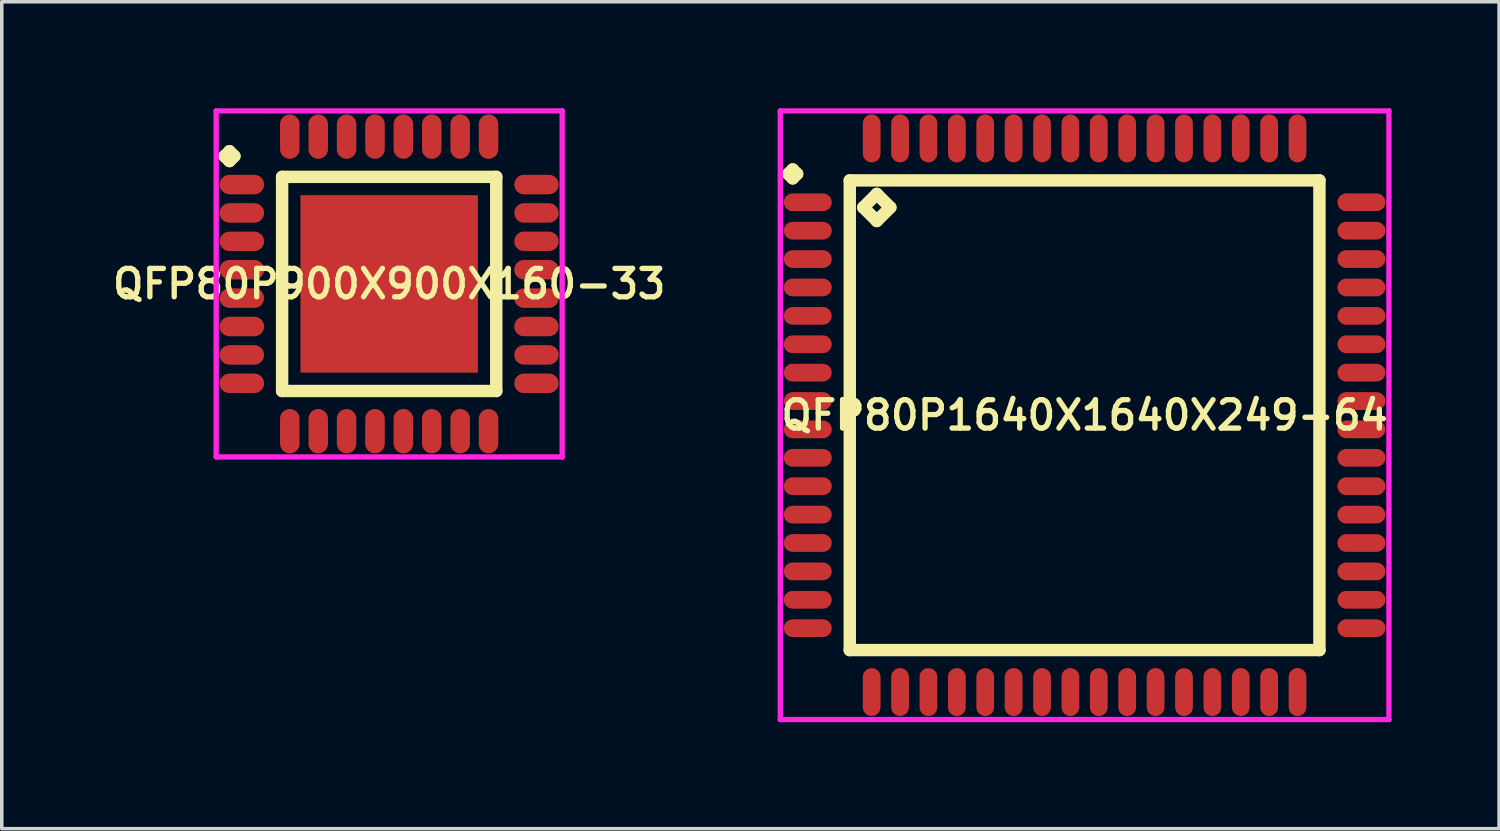
<source format=kicad_pcb>
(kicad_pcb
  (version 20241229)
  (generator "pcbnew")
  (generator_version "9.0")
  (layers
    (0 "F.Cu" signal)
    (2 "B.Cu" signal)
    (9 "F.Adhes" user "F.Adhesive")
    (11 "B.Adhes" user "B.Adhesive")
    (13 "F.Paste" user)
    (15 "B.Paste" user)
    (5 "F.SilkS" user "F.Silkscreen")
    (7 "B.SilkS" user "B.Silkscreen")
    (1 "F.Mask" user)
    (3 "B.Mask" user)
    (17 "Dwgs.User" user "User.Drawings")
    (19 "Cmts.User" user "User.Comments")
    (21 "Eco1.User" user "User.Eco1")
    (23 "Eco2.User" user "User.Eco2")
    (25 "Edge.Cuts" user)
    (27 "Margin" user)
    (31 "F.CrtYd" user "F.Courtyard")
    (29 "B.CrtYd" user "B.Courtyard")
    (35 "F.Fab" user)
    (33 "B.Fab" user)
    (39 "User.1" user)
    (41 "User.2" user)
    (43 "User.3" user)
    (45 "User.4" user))
  (footprint "QFP80P900X900X160-33"
    (layer "F.Cu")
    (at 7.916 4.95)
    (property "Reference" "QFP80P900X900X160-33" (at 0 0 0) (layer "F.SilkS") (effects (font (size 0.8 0.8) (thickness 0.15))))
    (attr smd)
    (fp_line (start -4.638 -3.6) (end -4.5 -3.737) (stroke (width 0.35) (type solid)) (layer "F.SilkS"))
    (fp_line (start -4.5 -3.737) (end -4.362 -3.6) (stroke (width 0.35) (type solid)) (layer "F.SilkS"))
    (fp_line (start -4.5 -3.462) (end -4.638 -3.6) (stroke (width 0.35) (type solid)) (layer "F.SilkS"))
    (fp_line (start -4.362 -3.6) (end -4.5 -3.462) (stroke (width 0.35) (type solid)) (layer "F.SilkS"))
    (fp_line (start -3.017 -3.017) (end -3.017 3.017) (stroke (width 0.35) (type solid)) (layer "F.SilkS"))
    (fp_line (start -3.017 3.017) (end 3.017 3.017) (stroke (width 0.35) (type solid)) (layer "F.SilkS"))
    (fp_line (start 3.017 -3.017) (end -3.017 -3.017) (stroke (width 0.35) (type solid)) (layer "F.SilkS"))
    (fp_line (start 3.017 3.017) (end 3.017 -3.017) (stroke (width 0.35) (type solid)) (layer "F.SilkS"))
    (fp_line (start -4.875 -4.875) (end 4.875 -4.875) (stroke (width 0.15) (type solid)) (layer "F.CrtYd"))
    (fp_line (start -4.875 4.875) (end -4.875 -4.875) (stroke (width 0.15) (type solid)) (layer "F.CrtYd"))
    (fp_line (start 4.875 -4.875) (end 4.875 4.875) (stroke (width 0.15) (type solid)) (layer "F.CrtYd"))
    (fp_line (start 4.875 4.875) (end -4.875 4.875) (stroke (width 0.15) (type solid)) (layer "F.CrtYd"))
    (pad "1" smd oval (at -4.15 -2.8) (size 1.25 0.55) (layers "F.Cu" "F.Mask" "F.Paste"))
    (pad "2" smd oval (at -4.15 -2) (size 1.25 0.55) (layers "F.Cu" "F.Mask" "F.Paste"))
    (pad "3" smd oval (at -4.15 -1.2) (size 1.25 0.55) (layers "F.Cu" "F.Mask" "F.Paste"))
    (pad "4" smd oval (at -4.15 -0.4) (size 1.25 0.55) (layers "F.Cu" "F.Mask" "F.Paste"))
    (pad "5" smd oval (at -4.15 0.4) (size 1.25 0.55) (layers "F.Cu" "F.Mask" "F.Paste"))
    (pad "6" smd oval (at -4.15 1.2) (size 1.25 0.55) (layers "F.Cu" "F.Mask" "F.Paste"))
    (pad "7" smd oval (at -4.15 2) (size 1.25 0.55) (layers "F.Cu" "F.Mask" "F.Paste"))
    (pad "8" smd oval (at -4.15 2.8) (size 1.25 0.55) (layers "F.Cu" "F.Mask" "F.Paste"))
    (pad "9" smd oval (at -2.8 4.15) (size 0.55 1.25) (layers "F.Cu" "F.Mask" "F.Paste"))
    (pad "10" smd oval (at -2 4.15) (size 0.55 1.25) (layers "F.Cu" "F.Mask" "F.Paste"))
    (pad "11" smd oval (at -1.2 4.15) (size 0.55 1.25) (layers "F.Cu" "F.Mask" "F.Paste"))
    (pad "12" smd oval (at -0.4 4.15) (size 0.55 1.25) (layers "F.Cu" "F.Mask" "F.Paste"))
    (pad "13" smd oval (at 0.4 4.15) (size 0.55 1.25) (layers "F.Cu" "F.Mask" "F.Paste"))
    (pad "14" smd oval (at 1.2 4.15) (size 0.55 1.25) (layers "F.Cu" "F.Mask" "F.Paste"))
    (pad "15" smd oval (at 2 4.15) (size 0.55 1.25) (layers "F.Cu" "F.Mask" "F.Paste"))
    (pad "16" smd oval (at 2.8 4.15) (size 0.55 1.25) (layers "F.Cu" "F.Mask" "F.Paste"))
    (pad "17" smd oval (at 4.15 2.8) (size 1.25 0.55) (layers "F.Cu" "F.Mask" "F.Paste"))
    (pad "18" smd oval (at 4.15 2) (size 1.25 0.55) (layers "F.Cu" "F.Mask" "F.Paste"))
    (pad "19" smd oval (at 4.15 1.2) (size 1.25 0.55) (layers "F.Cu" "F.Mask" "F.Paste"))
    (pad "20" smd oval (at 4.15 0.4) (size 1.25 0.55) (layers "F.Cu" "F.Mask" "F.Paste"))
    (pad "21" smd oval (at 4.15 -0.4) (size 1.25 0.55) (layers "F.Cu" "F.Mask" "F.Paste"))
    (pad "22" smd oval (at 4.15 -1.2) (size 1.25 0.55) (layers "F.Cu" "F.Mask" "F.Paste"))
    (pad "23" smd oval (at 4.15 -2) (size 1.25 0.55) (layers "F.Cu" "F.Mask" "F.Paste"))
    (pad "24" smd oval (at 4.15 -2.8) (size 1.25 0.55) (layers "F.Cu" "F.Mask" "F.Paste"))
    (pad "25" smd oval (at 2.8 -4.15) (size 0.55 1.25) (layers "F.Cu" "F.Mask" "F.Paste"))
    (pad "26" smd oval (at 2 -4.15) (size 0.55 1.25) (layers "F.Cu" "F.Mask" "F.Paste"))
    (pad "27" smd oval (at 1.2 -4.15) (size 0.55 1.25) (layers "F.Cu" "F.Mask" "F.Paste"))
    (pad "28" smd oval (at 0.4 -4.15) (size 0.55 1.25) (layers "F.Cu" "F.Mask" "F.Paste"))
    (pad "29" smd oval (at -0.4 -4.15) (size 0.55 1.25) (layers "F.Cu" "F.Mask" "F.Paste"))
    (pad "30" smd oval (at -1.2 -4.15) (size 0.55 1.25) (layers "F.Cu" "F.Mask" "F.Paste"))
    (pad "31" smd oval (at -2 -4.15) (size 0.55 1.25) (layers "F.Cu" "F.Mask" "F.Paste"))
    (pad "32" smd oval (at -2.8 -4.15) (size 0.55 1.25) (layers "F.Cu" "F.Mask" "F.Paste"))
    (pad "33" smd rect (at 0 0) (size 5 5) (layers "F.Cu" "F.Mask" "F.Paste")))
  (footprint "QFP80P1640X1640X249-64"
    (layer "F.Cu")
    (at 27.511 8.65)
    (property "Reference" "QFP80P1640X1640X249-64" (at 0 0 0) (layer "F.SilkS") (effects (font (size 0.8 0.8) (thickness 0.15))))
    (attr smd)
    (fp_line (start -8.35 -6.8) (end -8.225 -6.925) (stroke (width 0.35) (type solid)) (layer "F.SilkS"))
    (fp_line (start -8.225 -6.925) (end -8.1 -6.8) (stroke (width 0.35) (type solid)) (layer "F.SilkS"))
    (fp_line (start -8.225 -6.675) (end -8.35 -6.8) (stroke (width 0.35) (type solid)) (layer "F.SilkS"))
    (fp_line (start -8.1 -6.8) (end -8.225 -6.675) (stroke (width 0.35) (type solid)) (layer "F.SilkS"))
    (fp_line (start -6.617 -6.617) (end -6.617 6.617) (stroke (width 0.35) (type solid)) (layer "F.SilkS"))
    (fp_line (start -6.617 6.617) (end 6.617 6.617) (stroke (width 0.35) (type solid)) (layer "F.SilkS"))
    (fp_line (start -6.236 -5.855) (end -5.855 -6.236) (stroke (width 0.35) (type solid)) (layer "F.SilkS"))
    (fp_line (start -5.855 -6.236) (end -5.474 -5.855) (stroke (width 0.35) (type solid)) (layer "F.SilkS"))
    (fp_line (start -5.855 -5.474) (end -6.236 -5.855) (stroke (width 0.35) (type solid)) (layer "F.SilkS"))
    (fp_line (start -5.474 -5.855) (end -5.855 -5.474) (stroke (width 0.35) (type solid)) (layer "F.SilkS"))
    (fp_line (start 6.617 -6.617) (end -6.617 -6.617) (stroke (width 0.35) (type solid)) (layer "F.SilkS"))
    (fp_line (start 6.617 6.617) (end 6.617 -6.617) (stroke (width 0.35) (type solid)) (layer "F.SilkS"))
    (fp_line (start -8.575 -8.575) (end 8.575 -8.575) (stroke (width 0.15) (type solid)) (layer "F.CrtYd"))
    (fp_line (start -8.575 8.575) (end -8.575 -8.575) (stroke (width 0.15) (type solid)) (layer "F.CrtYd"))
    (fp_line (start 8.575 -8.575) (end 8.575 8.575) (stroke (width 0.15) (type solid)) (layer "F.CrtYd"))
    (fp_line (start 8.575 8.575) (end -8.575 8.575) (stroke (width 0.15) (type solid)) (layer "F.CrtYd"))
    (pad "1" smd oval (at -7.8 -6) (size 1.35 0.5) (layers "F.Cu" "F.Mask" "F.Paste"))
    (pad "2" smd oval (at -7.8 -5.2) (size 1.35 0.5) (layers "F.Cu" "F.Mask" "F.Paste"))
    (pad "3" smd oval (at -7.8 -4.4) (size 1.35 0.5) (layers "F.Cu" "F.Mask" "F.Paste"))
    (pad "4" smd oval (at -7.8 -3.6) (size 1.35 0.5) (layers "F.Cu" "F.Mask" "F.Paste"))
    (pad "5" smd oval (at -7.8 -2.8) (size 1.35 0.5) (layers "F.Cu" "F.Mask" "F.Paste"))
    (pad "6" smd oval (at -7.8 -2) (size 1.35 0.5) (layers "F.Cu" "F.Mask" "F.Paste"))
    (pad "7" smd oval (at -7.8 -1.2) (size 1.35 0.5) (layers "F.Cu" "F.Mask" "F.Paste"))
    (pad "8" smd oval (at -7.8 -0.4) (size 1.35 0.5) (layers "F.Cu" "F.Mask" "F.Paste"))
    (pad "9" smd oval (at -7.8 0.4) (size 1.35 0.5) (layers "F.Cu" "F.Mask" "F.Paste"))
    (pad "10" smd oval (at -7.8 1.2) (size 1.35 0.5) (layers "F.Cu" "F.Mask" "F.Paste"))
    (pad "11" smd oval (at -7.8 2) (size 1.35 0.5) (layers "F.Cu" "F.Mask" "F.Paste"))
    (pad "12" smd oval (at -7.8 2.8) (size 1.35 0.5) (layers "F.Cu" "F.Mask" "F.Paste"))
    (pad "13" smd oval (at -7.8 3.6) (size 1.35 0.5) (layers "F.Cu" "F.Mask" "F.Paste"))
    (pad "14" smd oval (at -7.8 4.4) (size 1.35 0.5) (layers "F.Cu" "F.Mask" "F.Paste"))
    (pad "15" smd oval (at -7.8 5.2) (size 1.35 0.5) (layers "F.Cu" "F.Mask" "F.Paste"))
    (pad "16" smd oval (at -7.8 6) (size 1.35 0.5) (layers "F.Cu" "F.Mask" "F.Paste"))
    (pad "17" smd oval (at -6 7.8) (size 0.5 1.35) (layers "F.Cu" "F.Mask" "F.Paste"))
    (pad "18" smd oval (at -5.2 7.8) (size 0.5 1.35) (layers "F.Cu" "F.Mask" "F.Paste"))
    (pad "19" smd oval (at -4.4 7.8) (size 0.5 1.35) (layers "F.Cu" "F.Mask" "F.Paste"))
    (pad "20" smd oval (at -3.6 7.8) (size 0.5 1.35) (layers "F.Cu" "F.Mask" "F.Paste"))
    (pad "21" smd oval (at -2.8 7.8) (size 0.5 1.35) (layers "F.Cu" "F.Mask" "F.Paste"))
    (pad "22" smd oval (at -2 7.8) (size 0.5 1.35) (layers "F.Cu" "F.Mask" "F.Paste"))
    (pad "23" smd oval (at -1.2 7.8) (size 0.5 1.35) (layers "F.Cu" "F.Mask" "F.Paste"))
    (pad "24" smd oval (at -0.4 7.8) (size 0.5 1.35) (layers "F.Cu" "F.Mask" "F.Paste"))
    (pad "25" smd oval (at 0.4 7.8) (size 0.5 1.35) (layers "F.Cu" "F.Mask" "F.Paste"))
    (pad "26" smd oval (at 1.2 7.8) (size 0.5 1.35) (layers "F.Cu" "F.Mask" "F.Paste"))
    (pad "27" smd oval (at 2 7.8) (size 0.5 1.35) (layers "F.Cu" "F.Mask" "F.Paste"))
    (pad "28" smd oval (at 2.8 7.8) (size 0.5 1.35) (layers "F.Cu" "F.Mask" "F.Paste"))
    (pad "29" smd oval (at 3.6 7.8) (size 0.5 1.35) (layers "F.Cu" "F.Mask" "F.Paste"))
    (pad "30" smd oval (at 4.4 7.8) (size 0.5 1.35) (layers "F.Cu" "F.Mask" "F.Paste"))
    (pad "31" smd oval (at 5.2 7.8) (size 0.5 1.35) (layers "F.Cu" "F.Mask" "F.Paste"))
    (pad "32" smd oval (at 6 7.8) (size 0.5 1.35) (layers "F.Cu" "F.Mask" "F.Paste"))
    (pad "33" smd oval (at 7.8 6) (size 1.35 0.5) (layers "F.Cu" "F.Mask" "F.Paste"))
    (pad "34" smd oval (at 7.8 5.2) (size 1.35 0.5) (layers "F.Cu" "F.Mask" "F.Paste"))
    (pad "35" smd oval (at 7.8 4.4) (size 1.35 0.5) (layers "F.Cu" "F.Mask" "F.Paste"))
    (pad "36" smd oval (at 7.8 3.6) (size 1.35 0.5) (layers "F.Cu" "F.Mask" "F.Paste"))
    (pad "37" smd oval (at 7.8 2.8) (size 1.35 0.5) (layers "F.Cu" "F.Mask" "F.Paste"))
    (pad "38" smd oval (at 7.8 2) (size 1.35 0.5) (layers "F.Cu" "F.Mask" "F.Paste"))
    (pad "39" smd oval (at 7.8 1.2) (size 1.35 0.5) (layers "F.Cu" "F.Mask" "F.Paste"))
    (pad "40" smd oval (at 7.8 0.4) (size 1.35 0.5) (layers "F.Cu" "F.Mask" "F.Paste"))
    (pad "41" smd oval (at 7.8 -0.4) (size 1.35 0.5) (layers "F.Cu" "F.Mask" "F.Paste"))
    (pad "42" smd oval (at 7.8 -1.2) (size 1.35 0.5) (layers "F.Cu" "F.Mask" "F.Paste"))
    (pad "43" smd oval (at 7.8 -2) (size 1.35 0.5) (layers "F.Cu" "F.Mask" "F.Paste"))
    (pad "44" smd oval (at 7.8 -2.8) (size 1.35 0.5) (layers "F.Cu" "F.Mask" "F.Paste"))
    (pad "45" smd oval (at 7.8 -3.6) (size 1.35 0.5) (layers "F.Cu" "F.Mask" "F.Paste"))
    (pad "46" smd oval (at 7.8 -4.4) (size 1.35 0.5) (layers "F.Cu" "F.Mask" "F.Paste"))
    (pad "47" smd oval (at 7.8 -5.2) (size 1.35 0.5) (layers "F.Cu" "F.Mask" "F.Paste"))
    (pad "48" smd oval (at 7.8 -6) (size 1.35 0.5) (layers "F.Cu" "F.Mask" "F.Paste"))
    (pad "49" smd oval (at 6 -7.8) (size 0.5 1.35) (layers "F.Cu" "F.Mask" "F.Paste"))
    (pad "50" smd oval (at 5.2 -7.8) (size 0.5 1.35) (layers "F.Cu" "F.Mask" "F.Paste"))
    (pad "51" smd oval (at 4.4 -7.8) (size 0.5 1.35) (layers "F.Cu" "F.Mask" "F.Paste"))
    (pad "52" smd oval (at 3.6 -7.8) (size 0.5 1.35) (layers "F.Cu" "F.Mask" "F.Paste"))
    (pad "53" smd oval (at 2.8 -7.8) (size 0.5 1.35) (layers "F.Cu" "F.Mask" "F.Paste"))
    (pad "54" smd oval (at 2 -7.8) (size 0.5 1.35) (layers "F.Cu" "F.Mask" "F.Paste"))
    (pad "55" smd oval (at 1.2 -7.8) (size 0.5 1.35) (layers "F.Cu" "F.Mask" "F.Paste"))
    (pad "56" smd oval (at 0.4 -7.8) (size 0.5 1.35) (layers "F.Cu" "F.Mask" "F.Paste"))
    (pad "57" smd oval (at -0.4 -7.8) (size 0.5 1.35) (layers "F.Cu" "F.Mask" "F.Paste"))
    (pad "58" smd oval (at -1.2 -7.8) (size 0.5 1.35) (layers "F.Cu" "F.Mask" "F.Paste"))
    (pad "59" smd oval (at -2 -7.8) (size 0.5 1.35) (layers "F.Cu" "F.Mask" "F.Paste"))
    (pad "60" smd oval (at -2.8 -7.8) (size 0.5 1.35) (layers "F.Cu" "F.Mask" "F.Paste"))
    (pad "61" smd oval (at -3.6 -7.8) (size 0.5 1.35) (layers "F.Cu" "F.Mask" "F.Paste"))
    (pad "62" smd oval (at -4.4 -7.8) (size 0.5 1.35) (layers "F.Cu" "F.Mask" "F.Paste"))
    (pad "63" smd oval (at -5.2 -7.8) (size 0.5 1.35) (layers "F.Cu" "F.Mask" "F.Paste"))
    (pad "64" smd oval (at -6 -7.8) (size 0.5 1.35) (layers "F.Cu" "F.Mask" "F.Paste")))
  (gr_rect
    (start -3 -3)
    (end 39.19 20.3)
    (stroke (width 0.1) (type default))
    (fill no)
    (layer "Edge.Cuts")))
</source>
